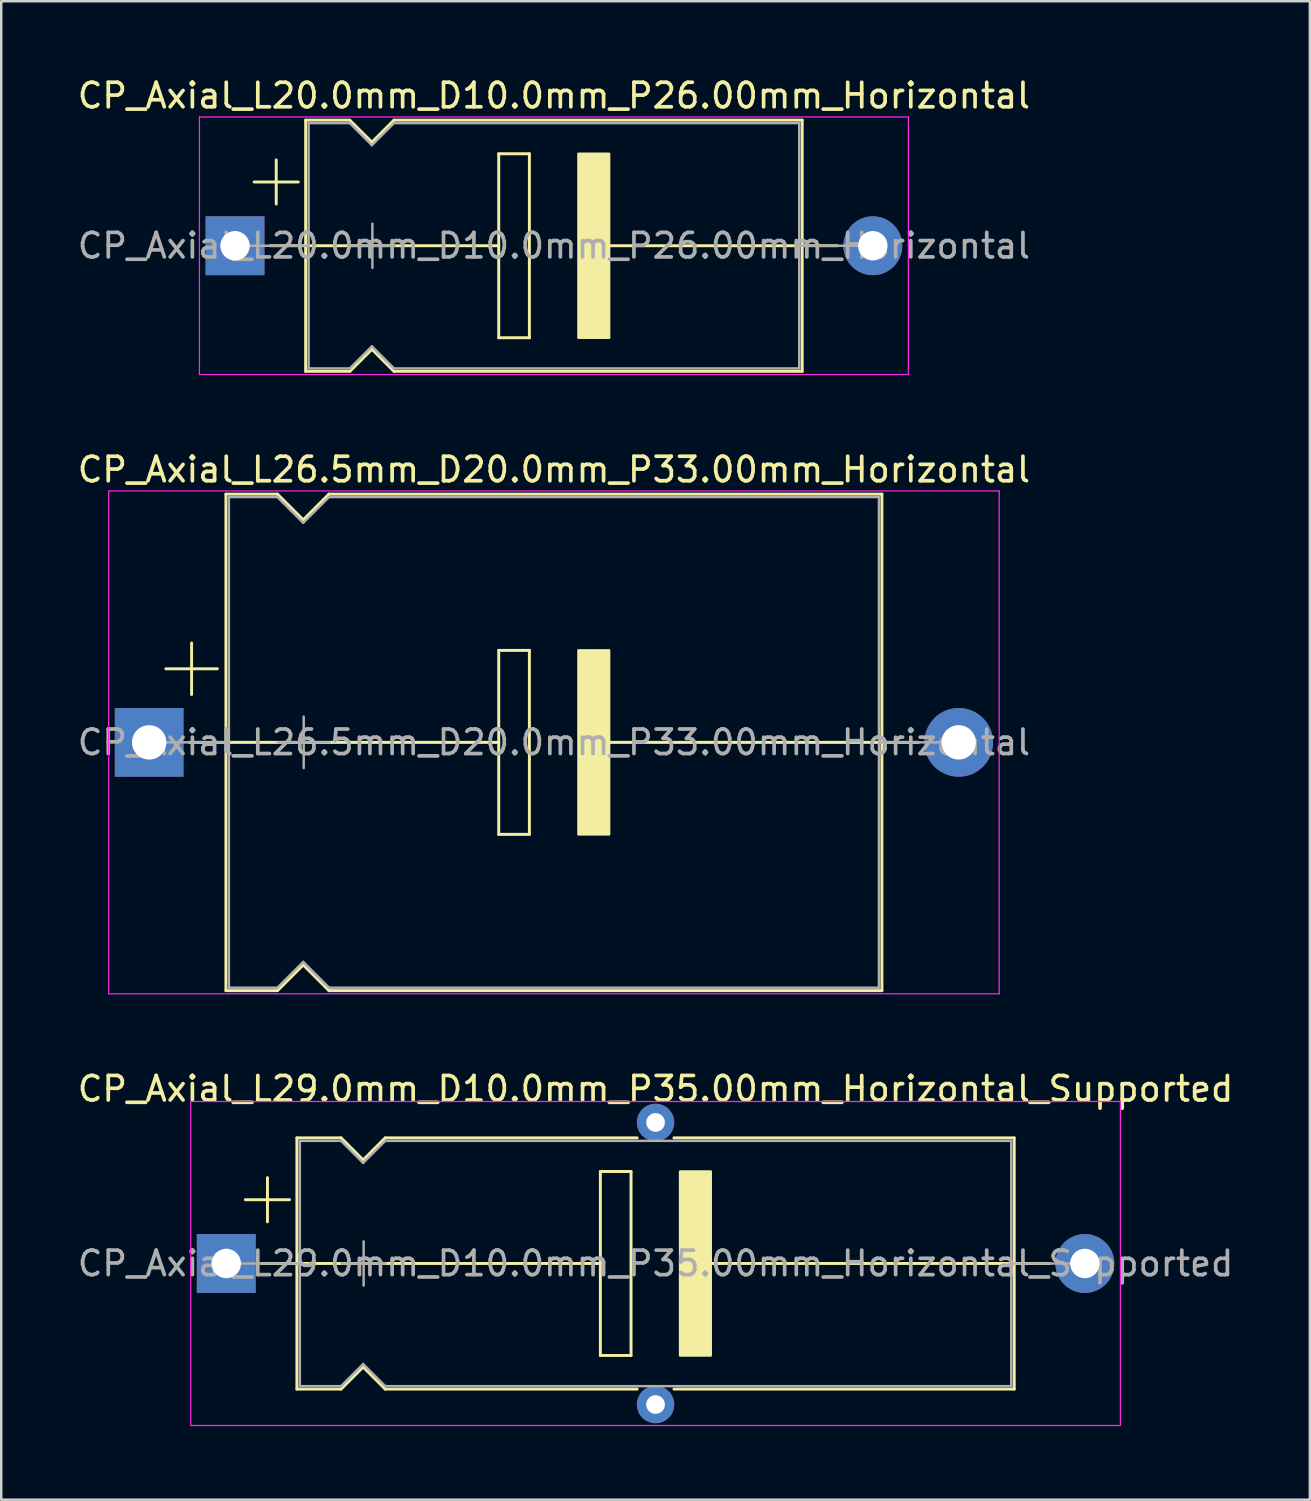
<source format=kicad_pcb>
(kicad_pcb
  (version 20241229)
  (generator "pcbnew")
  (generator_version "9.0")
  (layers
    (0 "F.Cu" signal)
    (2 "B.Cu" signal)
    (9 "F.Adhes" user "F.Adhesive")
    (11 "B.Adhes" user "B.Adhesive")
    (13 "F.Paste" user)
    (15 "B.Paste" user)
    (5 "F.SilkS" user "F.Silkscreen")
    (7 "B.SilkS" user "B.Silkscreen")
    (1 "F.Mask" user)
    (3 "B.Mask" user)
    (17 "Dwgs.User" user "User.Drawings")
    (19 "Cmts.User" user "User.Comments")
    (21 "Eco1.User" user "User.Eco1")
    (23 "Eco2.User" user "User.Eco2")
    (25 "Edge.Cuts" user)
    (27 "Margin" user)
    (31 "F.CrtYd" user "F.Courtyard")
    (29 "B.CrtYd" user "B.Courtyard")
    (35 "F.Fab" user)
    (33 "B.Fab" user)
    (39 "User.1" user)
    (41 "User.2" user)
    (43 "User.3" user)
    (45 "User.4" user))
  (footprint "CP_Axial_L29.0mm_D10.0mm_P35.00mm_Horizontal_Supported"
    (layer "F.Cu")
    (at 6.173 48.455)
    (property "Reference" "CP_Axial_L29.0mm_D10.0mm_P35.00mm_Horizontal_Supported" (at 17.5 -7.12 0) (layer "F.SilkS") (effects (font (size 1 1) (thickness 0.15))))
    (attr through_hole)
    (fp_line (start 0.78 -2.6) (end 2.58 -2.6) (stroke (width 0.12) (type solid)) (layer "F.SilkS"))
    (fp_line (start 1.44 0) (end 2.88 0) (stroke (width 0.12) (type solid)) (layer "F.SilkS"))
    (fp_line (start 1.68 -3.5) (end 1.68 -1.7) (stroke (width 0.12) (type solid)) (layer "F.SilkS"))
    (fp_line (start 2.88 -5.12) (end 2.88 5.12) (stroke (width 0.12) (type solid)) (layer "F.SilkS"))
    (fp_line (start 2.88 -5.12) (end 4.68 -5.12) (stroke (width 0.12) (type solid)) (layer "F.SilkS"))
    (fp_line (start 2.88 0) (end 15.25 0) (stroke (width 0.12) (type solid)) (layer "F.SilkS"))
    (fp_line (start 2.88 5.12) (end 4.68 5.12) (stroke (width 0.12) (type solid)) (layer "F.SilkS"))
    (fp_line (start 4.68 -5.12) (end 5.58 -4.22) (stroke (width 0.12) (type solid)) (layer "F.SilkS"))
    (fp_line (start 4.68 5.12) (end 5.58 4.22) (stroke (width 0.12) (type solid)) (layer "F.SilkS"))
    (fp_line (start 5.58 -4.22) (end 6.48 -5.12) (stroke (width 0.12) (type solid)) (layer "F.SilkS"))
    (fp_line (start 5.58 4.22) (end 6.48 5.12) (stroke (width 0.12) (type solid)) (layer "F.SilkS"))
    (fp_line (start 6.48 -5.12) (end 16.75 -5.12) (stroke (width 0.12) (type solid)) (layer "F.SilkS"))
    (fp_line (start 6.48 5.12) (end 16.75 5.12) (stroke (width 0.12) (type solid)) (layer "F.SilkS"))
    (fp_line (start 15.25 -3.75) (end 16.5 -3.75) (stroke (width 0.12) (type solid)) (layer "F.SilkS"))
    (fp_line (start 15.25 0) (end 15.25 -3.75) (stroke (width 0.12) (type solid)) (layer "F.SilkS"))
    (fp_line (start 15.25 3.75) (end 15.25 0) (stroke (width 0.12) (type solid)) (layer "F.SilkS"))
    (fp_line (start 16.5 -3.75) (end 16.5 3.75) (stroke (width 0.12) (type solid)) (layer "F.SilkS"))
    (fp_line (start 16.5 3.75) (end 15.25 3.75) (stroke (width 0.12) (type solid)) (layer "F.SilkS"))
    (fp_line (start 18.25 -5.12) (end 32.12 -5.12) (stroke (width 0.12) (type solid)) (layer "F.SilkS"))
    (fp_line (start 18.25 5.12) (end 32.12 5.12) (stroke (width 0.12) (type solid)) (layer "F.SilkS"))
    (fp_line (start 19.75 0) (end 32.131 0) (stroke (width 0.12) (type solid)) (layer "F.SilkS"))
    (fp_line (start 32.12 -5.12) (end 32.12 5.12) (stroke (width 0.12) (type solid)) (layer "F.SilkS"))
    (fp_line (start 33.56 0) (end 32.12 0) (stroke (width 0.12) (type solid)) (layer "F.SilkS"))
    (fp_poly (pts (xy 19.75 3.75) (xy 18.5 3.75) (xy 18.5 -3.75) (xy 19.75 -3.75)) (stroke (width 0.1) (type solid)) (fill yes) (layer "F.SilkS"))
    (fp_line (start -1.45 -6.604) (end -1.45 6.604) (stroke (width 0.05) (type solid)) (layer "F.CrtYd"))
    (fp_line (start -1.45 6.604) (end 36.45 6.604) (stroke (width 0.05) (type solid)) (layer "F.CrtYd"))
    (fp_line (start 36.449 6.604) (end 36.449 -6.604) (stroke (width 0.05) (type solid)) (layer "F.CrtYd"))
    (fp_line (start 36.45 -6.604) (end -1.45 -6.604) (stroke (width 0.05) (type solid)) (layer "F.CrtYd"))
    (fp_line (start 0 0) (end 3 0) (stroke (width 0.1) (type solid)) (layer "F.Fab"))
    (fp_line (start 3 -5) (end 3 5) (stroke (width 0.1) (type solid)) (layer "F.Fab"))
    (fp_line (start 3 -5) (end 4.68 -5) (stroke (width 0.1) (type solid)) (layer "F.Fab"))
    (fp_line (start 3 5) (end 4.68 5) (stroke (width 0.1) (type solid)) (layer "F.Fab"))
    (fp_line (start 4.68 -5) (end 5.58 -4.1) (stroke (width 0.1) (type solid)) (layer "F.Fab"))
    (fp_line (start 4.68 5) (end 5.58 4.1) (stroke (width 0.1) (type solid)) (layer "F.Fab"))
    (fp_line (start 4.7 0) (end 6.5 0) (stroke (width 0.1) (type solid)) (layer "F.Fab"))
    (fp_line (start 5.58 -4.1) (end 6.48 -5) (stroke (width 0.1) (type solid)) (layer "F.Fab"))
    (fp_line (start 5.58 4.1) (end 6.48 5) (stroke (width 0.1) (type solid)) (layer "F.Fab"))
    (fp_line (start 5.6 -0.9) (end 5.6 0.9) (stroke (width 0.1) (type solid)) (layer "F.Fab"))
    (fp_line (start 6.48 -5) (end 32 -5) (stroke (width 0.1) (type solid)) (layer "F.Fab"))
    (fp_line (start 6.48 5) (end 32 5) (stroke (width 0.1) (type solid)) (layer "F.Fab"))
    (fp_line (start 32 -5) (end 32 5) (stroke (width 0.1) (type solid)) (layer "F.Fab"))
    (fp_line (start 35 0) (end 32 0) (stroke (width 0.1) (type solid)) (layer "F.Fab"))
    (fp_text user "${REFERENCE}" (at 17.5 0 0) (layer "F.Fab") (effects (font (size 1 1) (thickness 0.15))))
    (pad "1" thru_hole rect (at 0 0) (size 2.4 2.4) (drill 1.2) (layers "*.Cu" "*.Mask"))
    (pad "2" thru_hole oval (at 35 0) (size 2.4 2.4) (drill 1.2) (layers "*.Cu" "*.Mask"))
    (pad "~" thru_hole circle (at 17.5 -5.75) (size 1.524 1.524) (drill 0.762) (layers "*.Cu" "*.Mask"))
    (pad "~" thru_hole circle (at 17.5 5.75) (size 1.524 1.524) (drill 0.762) (layers "*.Cu" "*.Mask")))
  (footprint "CP_Axial_L26.5mm_D20.0mm_P33.00mm_Horizontal"
    (layer "F.Cu")
    (at 3.03 27.212)
    (property "Reference" "CP_Axial_L26.5mm_D20.0mm_P33.00mm_Horizontal" (at 16.5 -11.12 0) (layer "F.SilkS") (effects (font (size 1 1) (thickness 0.15))))
    (attr through_hole)
    (fp_line (start 0.68 -3) (end 2.78 -3) (stroke (width 0.12) (type solid)) (layer "F.SilkS"))
    (fp_line (start 1.64 0) (end 3.13 0) (stroke (width 0.12) (type solid)) (layer "F.SilkS"))
    (fp_line (start 1.73 -4.05) (end 1.73 -1.95) (stroke (width 0.12) (type solid)) (layer "F.SilkS"))
    (fp_line (start 3.13 -10.12) (end 3.13 10.12) (stroke (width 0.12) (type solid)) (layer "F.SilkS"))
    (fp_line (start 3.13 -10.12) (end 5.23 -10.12) (stroke (width 0.12) (type solid)) (layer "F.SilkS"))
    (fp_line (start 3.13 0) (end 14.25 0) (stroke (width 0.12) (type solid)) (layer "F.SilkS"))
    (fp_line (start 3.13 10.12) (end 5.23 10.12) (stroke (width 0.12) (type solid)) (layer "F.SilkS"))
    (fp_line (start 5.23 -10.12) (end 6.28 -9.07) (stroke (width 0.12) (type solid)) (layer "F.SilkS"))
    (fp_line (start 5.23 10.12) (end 6.28 9.07) (stroke (width 0.12) (type solid)) (layer "F.SilkS"))
    (fp_line (start 6.28 -9.07) (end 7.33 -10.12) (stroke (width 0.12) (type solid)) (layer "F.SilkS"))
    (fp_line (start 6.28 9.07) (end 7.33 10.12) (stroke (width 0.12) (type solid)) (layer "F.SilkS"))
    (fp_line (start 7.33 -10.12) (end 29.87 -10.12) (stroke (width 0.12) (type solid)) (layer "F.SilkS"))
    (fp_line (start 7.33 10.12) (end 29.87 10.12) (stroke (width 0.12) (type solid)) (layer "F.SilkS"))
    (fp_line (start 14.25 -3.75) (end 15.5 -3.75) (stroke (width 0.12) (type solid)) (layer "F.SilkS"))
    (fp_line (start 14.25 0) (end 14.25 -3.75) (stroke (width 0.12) (type solid)) (layer "F.SilkS"))
    (fp_line (start 14.25 3.75) (end 14.25 0) (stroke (width 0.12) (type solid)) (layer "F.SilkS"))
    (fp_line (start 15.5 -3.75) (end 15.5 3.75) (stroke (width 0.12) (type solid)) (layer "F.SilkS"))
    (fp_line (start 15.5 3.75) (end 14.25 3.75) (stroke (width 0.12) (type solid)) (layer "F.SilkS"))
    (fp_line (start 18.75 0) (end 29.87 0) (stroke (width 0.12) (type solid)) (layer "F.SilkS"))
    (fp_line (start 29.87 -10.12) (end 29.87 10.12) (stroke (width 0.12) (type solid)) (layer "F.SilkS"))
    (fp_line (start 31.36 0) (end 29.87 0) (stroke (width 0.12) (type solid)) (layer "F.SilkS"))
    (fp_poly (pts (xy 18.75 3.75) (xy 17.5 3.75) (xy 17.5 -3.75) (xy 18.75 -3.75)) (stroke (width 0.1) (type solid)) (fill yes) (layer "F.SilkS"))
    (fp_line (start -1.65 -10.25) (end -1.65 10.25) (stroke (width 0.05) (type solid)) (layer "F.CrtYd"))
    (fp_line (start -1.65 10.25) (end 34.65 10.25) (stroke (width 0.05) (type solid)) (layer "F.CrtYd"))
    (fp_line (start 34.65 -10.25) (end -1.65 -10.25) (stroke (width 0.05) (type solid)) (layer "F.CrtYd"))
    (fp_line (start 34.65 10.25) (end 34.65 -10.25) (stroke (width 0.05) (type solid)) (layer "F.CrtYd"))
    (fp_line (start 0 0) (end 3.25 0) (stroke (width 0.1) (type solid)) (layer "F.Fab"))
    (fp_line (start 3.25 -10) (end 3.25 10) (stroke (width 0.1) (type solid)) (layer "F.Fab"))
    (fp_line (start 3.25 -10) (end 5.23 -10) (stroke (width 0.1) (type solid)) (layer "F.Fab"))
    (fp_line (start 3.25 10) (end 5.23 10) (stroke (width 0.1) (type solid)) (layer "F.Fab"))
    (fp_line (start 5.23 -10) (end 6.28 -8.95) (stroke (width 0.1) (type solid)) (layer "F.Fab"))
    (fp_line (start 5.23 10) (end 6.28 8.95) (stroke (width 0.1) (type solid)) (layer "F.Fab"))
    (fp_line (start 5.25 0) (end 7.35 0) (stroke (width 0.1) (type solid)) (layer "F.Fab"))
    (fp_line (start 6.28 -8.95) (end 7.33 -10) (stroke (width 0.1) (type solid)) (layer "F.Fab"))
    (fp_line (start 6.28 8.95) (end 7.33 10) (stroke (width 0.1) (type solid)) (layer "F.Fab"))
    (fp_line (start 6.3 -1.05) (end 6.3 1.05) (stroke (width 0.1) (type solid)) (layer "F.Fab"))
    (fp_line (start 7.33 -10) (end 29.75 -10) (stroke (width 0.1) (type solid)) (layer "F.Fab"))
    (fp_line (start 7.33 10) (end 29.75 10) (stroke (width 0.1) (type solid)) (layer "F.Fab"))
    (fp_line (start 29.75 -10) (end 29.75 10) (stroke (width 0.1) (type solid)) (layer "F.Fab"))
    (fp_line (start 33 0) (end 29.75 0) (stroke (width 0.1) (type solid)) (layer "F.Fab"))
    (fp_text user "${REFERENCE}" (at 16.5 0 0) (layer "F.Fab") (effects (font (size 1 1) (thickness 0.15))))
    (pad "1" thru_hole rect (at 0 0) (size 2.8 2.8) (drill 1.4) (layers "*.Cu" "*.Mask"))
    (pad "2" thru_hole oval (at 33 0) (size 2.8 2.8) (drill 1.4) (layers "*.Cu" "*.Mask")))
  (footprint "CP_Axial_L20.0mm_D10.0mm_P26.00mm_Horizontal"
    (layer "F.Cu")
    (at 6.53 6.968)
    (property "Reference" "CP_Axial_L20.0mm_D10.0mm_P26.00mm_Horizontal" (at 13 -6.12 0) (layer "F.SilkS") (effects (font (size 1 1) (thickness 0.15))))
    (attr through_hole)
    (fp_line (start 0.78 -2.6) (end 2.58 -2.6) (stroke (width 0.12) (type solid)) (layer "F.SilkS"))
    (fp_line (start 1.44 0) (end 2.88 0) (stroke (width 0.12) (type solid)) (layer "F.SilkS"))
    (fp_line (start 1.68 -3.5) (end 1.68 -1.7) (stroke (width 0.12) (type solid)) (layer "F.SilkS"))
    (fp_line (start 2.88 -5.12) (end 2.88 5.12) (stroke (width 0.12) (type solid)) (layer "F.SilkS"))
    (fp_line (start 2.88 -5.12) (end 4.68 -5.12) (stroke (width 0.12) (type solid)) (layer "F.SilkS"))
    (fp_line (start 2.88 0) (end 10.75 0) (stroke (width 0.12) (type solid)) (layer "F.SilkS"))
    (fp_line (start 2.88 5.12) (end 4.68 5.12) (stroke (width 0.12) (type solid)) (layer "F.SilkS"))
    (fp_line (start 4.68 -5.12) (end 5.58 -4.22) (stroke (width 0.12) (type solid)) (layer "F.SilkS"))
    (fp_line (start 4.68 5.12) (end 5.58 4.22) (stroke (width 0.12) (type solid)) (layer "F.SilkS"))
    (fp_line (start 5.58 -4.22) (end 6.48 -5.12) (stroke (width 0.12) (type solid)) (layer "F.SilkS"))
    (fp_line (start 5.58 4.22) (end 6.48 5.12) (stroke (width 0.12) (type solid)) (layer "F.SilkS"))
    (fp_line (start 6.48 -5.12) (end 23.12 -5.12) (stroke (width 0.12) (type solid)) (layer "F.SilkS"))
    (fp_line (start 6.48 5.12) (end 23.12 5.12) (stroke (width 0.12) (type solid)) (layer "F.SilkS"))
    (fp_line (start 10.75 -3.75) (end 12 -3.75) (stroke (width 0.12) (type solid)) (layer "F.SilkS"))
    (fp_line (start 10.75 0) (end 10.75 -3.75) (stroke (width 0.12) (type solid)) (layer "F.SilkS"))
    (fp_line (start 10.75 3.75) (end 10.75 0) (stroke (width 0.12) (type solid)) (layer "F.SilkS"))
    (fp_line (start 12 -3.75) (end 12 3.75) (stroke (width 0.12) (type solid)) (layer "F.SilkS"))
    (fp_line (start 12 3.75) (end 10.75 3.75) (stroke (width 0.12) (type solid)) (layer "F.SilkS"))
    (fp_line (start 15.25 0) (end 23.12 0) (stroke (width 0.12) (type solid)) (layer "F.SilkS"))
    (fp_line (start 23.12 -5.12) (end 23.12 5.12) (stroke (width 0.12) (type solid)) (layer "F.SilkS"))
    (fp_line (start 24.56 0) (end 23.12 0) (stroke (width 0.12) (type solid)) (layer "F.SilkS"))
    (fp_poly (pts (xy 15.25 3.75) (xy 14 3.75) (xy 14 -3.75) (xy 15.25 -3.75)) (stroke (width 0.1) (type solid)) (fill yes) (layer "F.SilkS"))
    (fp_line (start -1.45 -5.25) (end -1.45 5.25) (stroke (width 0.05) (type solid)) (layer "F.CrtYd"))
    (fp_line (start -1.45 5.25) (end 27.45 5.25) (stroke (width 0.05) (type solid)) (layer "F.CrtYd"))
    (fp_line (start 27.45 -5.25) (end -1.45 -5.25) (stroke (width 0.05) (type solid)) (layer "F.CrtYd"))
    (fp_line (start 27.45 5.25) (end 27.45 -5.25) (stroke (width 0.05) (type solid)) (layer "F.CrtYd"))
    (fp_line (start 0 0) (end 3 0) (stroke (width 0.1) (type solid)) (layer "F.Fab"))
    (fp_line (start 3 -5) (end 3 5) (stroke (width 0.1) (type solid)) (layer "F.Fab"))
    (fp_line (start 3 -5) (end 4.68 -5) (stroke (width 0.1) (type solid)) (layer "F.Fab"))
    (fp_line (start 3 5) (end 4.68 5) (stroke (width 0.1) (type solid)) (layer "F.Fab"))
    (fp_line (start 4.68 -5) (end 5.58 -4.1) (stroke (width 0.1) (type solid)) (layer "F.Fab"))
    (fp_line (start 4.68 5) (end 5.58 4.1) (stroke (width 0.1) (type solid)) (layer "F.Fab"))
    (fp_line (start 4.7 0) (end 6.5 0) (stroke (width 0.1) (type solid)) (layer "F.Fab"))
    (fp_line (start 5.58 -4.1) (end 6.48 -5) (stroke (width 0.1) (type solid)) (layer "F.Fab"))
    (fp_line (start 5.58 4.1) (end 6.48 5) (stroke (width 0.1) (type solid)) (layer "F.Fab"))
    (fp_line (start 5.6 -0.9) (end 5.6 0.9) (stroke (width 0.1) (type solid)) (layer "F.Fab"))
    (fp_line (start 6.48 -5) (end 23 -5) (stroke (width 0.1) (type solid)) (layer "F.Fab"))
    (fp_line (start 6.48 5) (end 23 5) (stroke (width 0.1) (type solid)) (layer "F.Fab"))
    (fp_line (start 23 -5) (end 23 5) (stroke (width 0.1) (type solid)) (layer "F.Fab"))
    (fp_line (start 26 0) (end 23 0) (stroke (width 0.1) (type solid)) (layer "F.Fab"))
    (fp_text user "${REFERENCE}" (at 13 0 0) (layer "F.Fab") (effects (font (size 1 1) (thickness 0.15))))
    (pad "1" thru_hole rect (at 0 0) (size 2.4 2.4) (drill 1.2) (layers "*.Cu" "*.Mask"))
    (pad "2" thru_hole oval (at 26 0) (size 2.4 2.4) (drill 1.2) (layers "*.Cu" "*.Mask")))
  (gr_rect
    (start -3 -3)
    (end 50.345 58.084)
    (stroke (width 0.1) (type default))
    (fill no)
    (layer "Edge.Cuts")))
</source>
